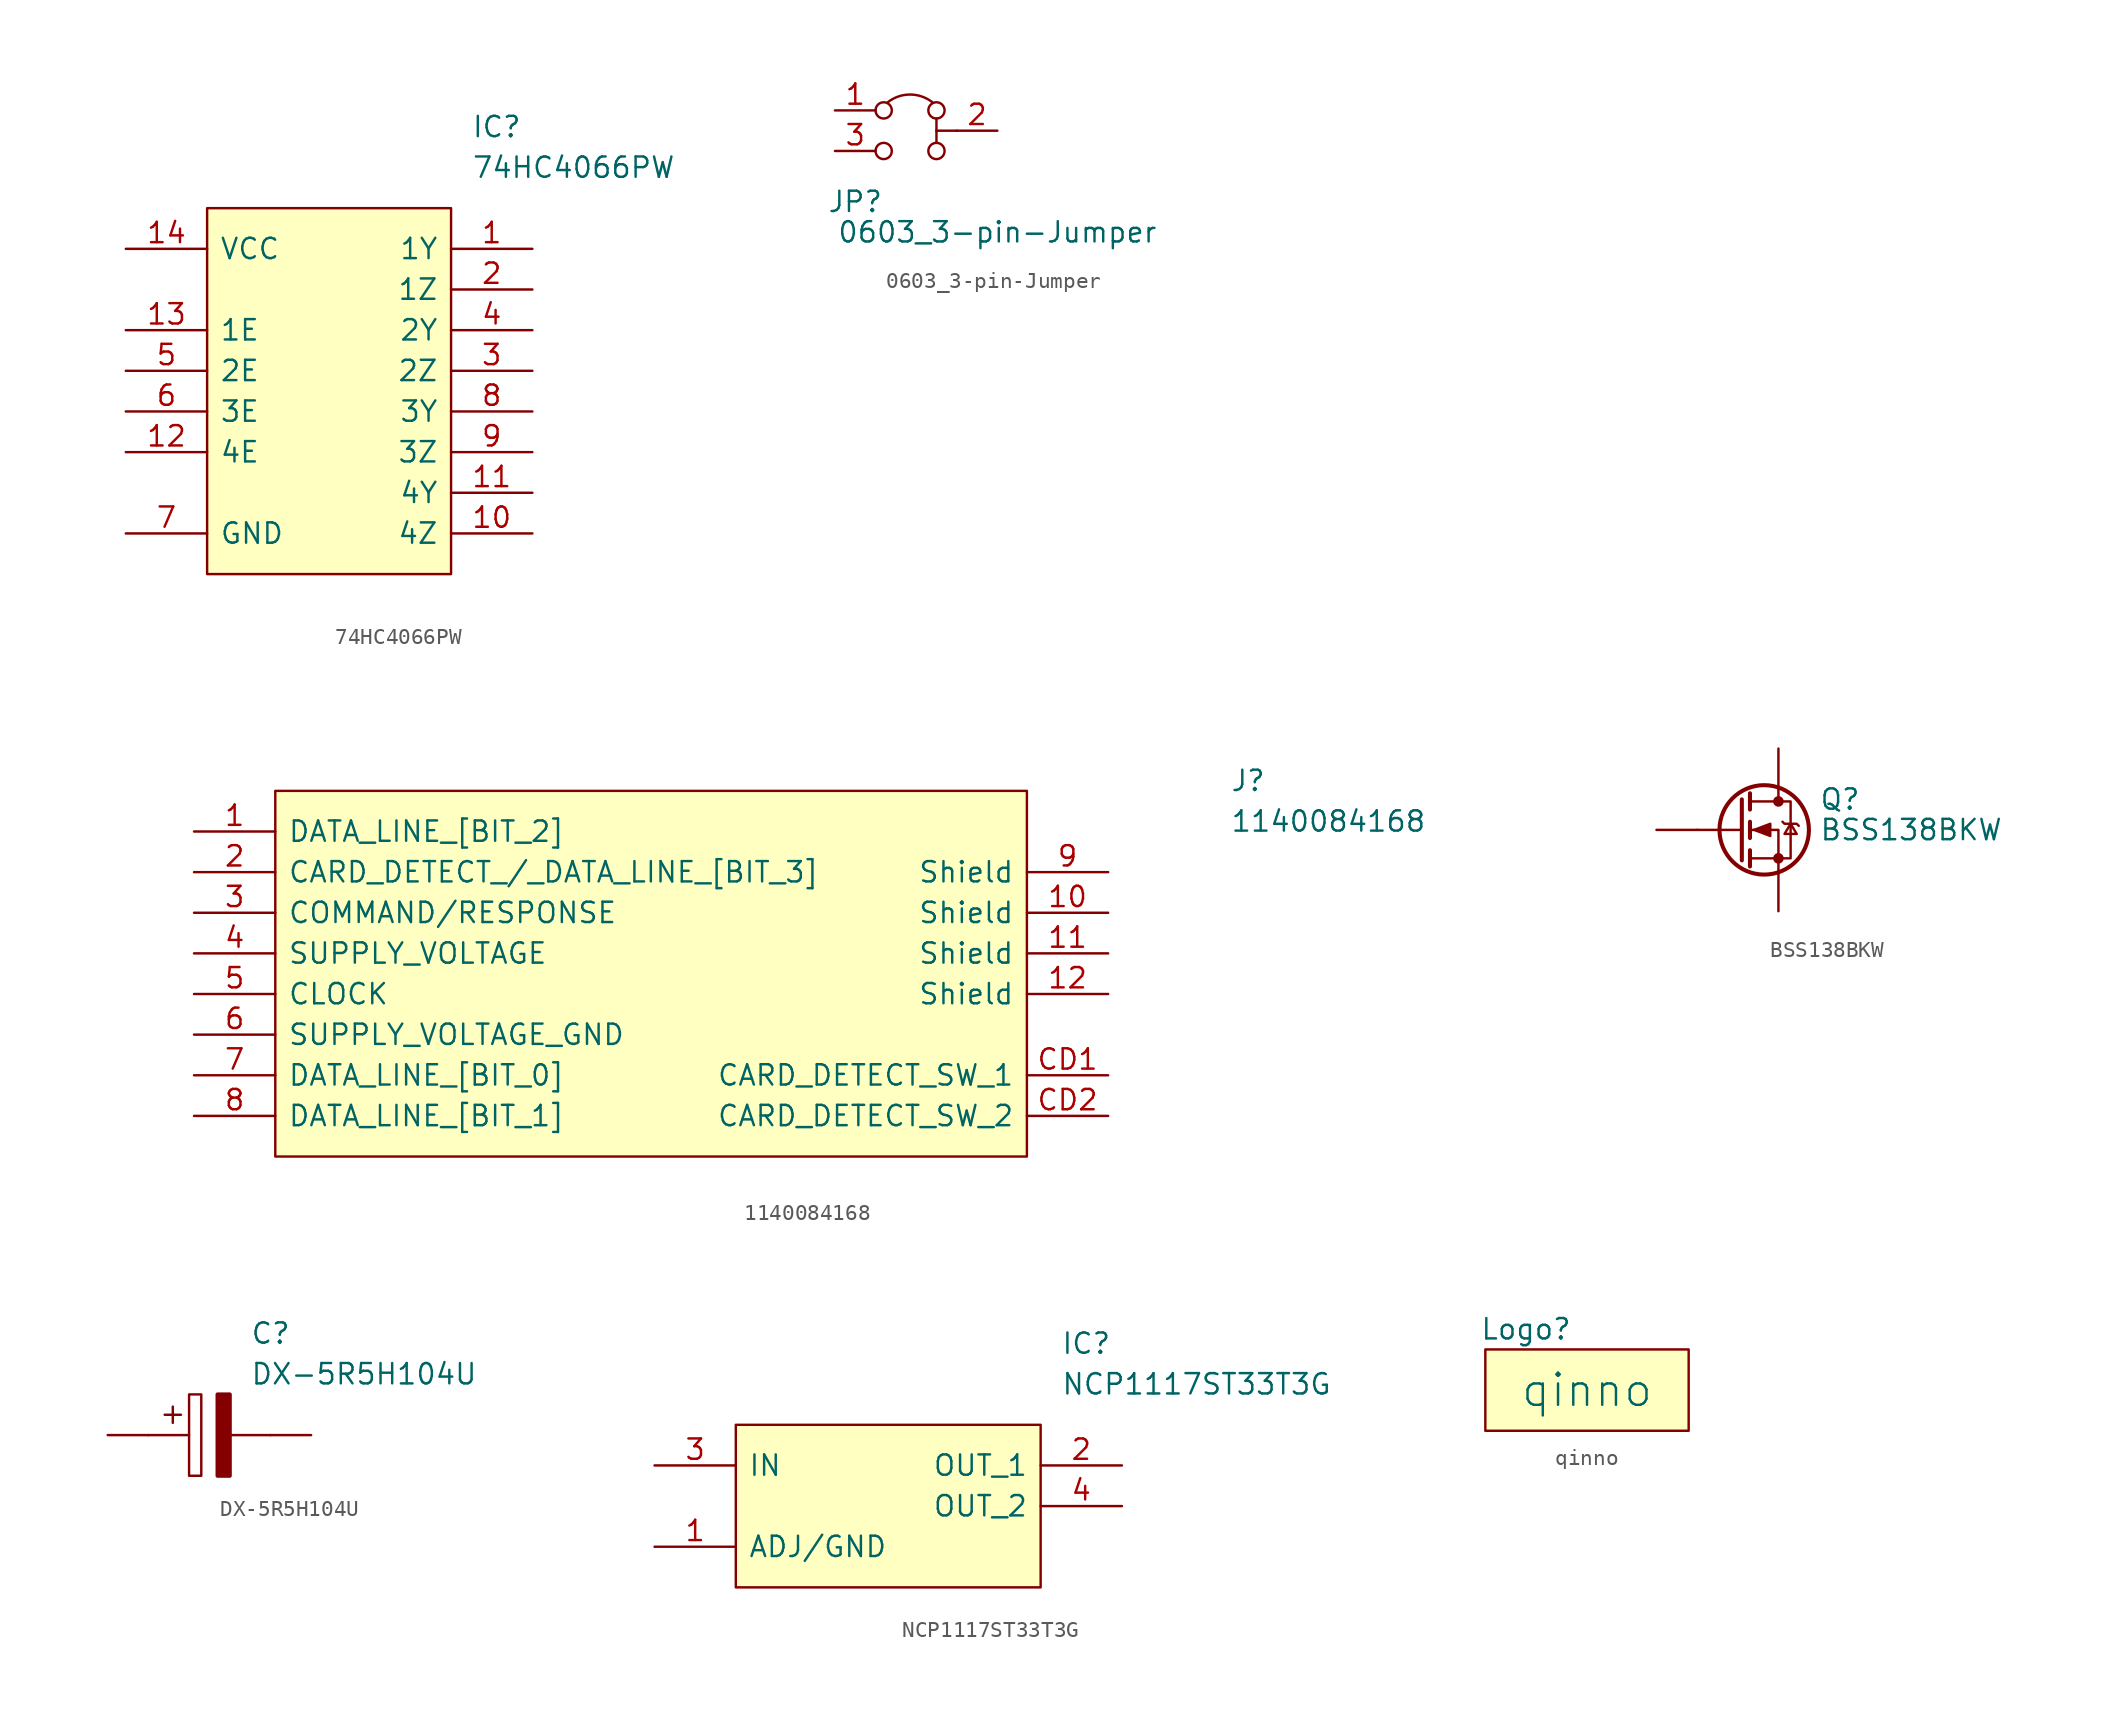
<source format=kicad_sym>
(kicad_symbol_lib
  (version 20211014)
  (generator kicad_symbol_editor)
  (symbol "74HC4066PW"
    (pin_names
      (offset 0.762))
    (property "Reference" "IC"
      (at 21.59 7.62 0)
      (effects (font (size 1.27 1.27)) (justify left)))
    (property "Value" "74HC4066PW"
      (at 21.59 5.08 0)
      (effects (font (size 1.27 1.27)) (justify left)))
    (symbol "74HC4066PW_0_0"
      (pin passive line (at 25.4 0 180) (length 5.08) (name "1Y" (effects (font (size 1.27 1.27)))) (number "1" (effects (font (size 1.27 1.27)))))
      (pin passive line (at 25.4 -17.78 180) (length 5.08) (name "4Z" (effects (font (size 1.27 1.27)))) (number "10" (effects (font (size 1.27 1.27)))))
      (pin passive line (at 25.4 -15.24 180) (length 5.08) (name "4Y" (effects (font (size 1.27 1.27)))) (number "11" (effects (font (size 1.27 1.27)))))
      (pin passive line (at 0 -12.7 0) (length 5.08) (name "4E" (effects (font (size 1.27 1.27)))) (number "12" (effects (font (size 1.27 1.27)))))
      (pin passive line (at 0 -5.08 0) (length 5.08) (name "1E" (effects (font (size 1.27 1.27)))) (number "13" (effects (font (size 1.27 1.27)))))
      (pin passive line (at 0 0 0) (length 5.08) (name "VCC" (effects (font (size 1.27 1.27)))) (number "14" (effects (font (size 1.27 1.27)))))
      (pin passive line (at 25.4 -2.54 180) (length 5.08) (name "1Z" (effects (font (size 1.27 1.27)))) (number "2" (effects (font (size 1.27 1.27)))))
      (pin passive line (at 25.4 -7.62 180) (length 5.08) (name "2Z" (effects (font (size 1.27 1.27)))) (number "3" (effects (font (size 1.27 1.27)))))
      (pin passive line (at 25.4 -5.08 180) (length 5.08) (name "2Y" (effects (font (size 1.27 1.27)))) (number "4" (effects (font (size 1.27 1.27)))))
      (pin passive line (at 0 -7.62 0) (length 5.08) (name "2E" (effects (font (size 1.27 1.27)))) (number "5" (effects (font (size 1.27 1.27)))))
      (pin passive line (at 0 -10.16 0) (length 5.08) (name "3E" (effects (font (size 1.27 1.27)))) (number "6" (effects (font (size 1.27 1.27)))))
      (pin passive line (at 0 -17.78 0) (length 5.08) (name "GND" (effects (font (size 1.27 1.27)))) (number "7" (effects (font (size 1.27 1.27)))))
      (pin passive line (at 25.4 -10.16 180) (length 5.08) (name "3Y" (effects (font (size 1.27 1.27)))) (number "8" (effects (font (size 1.27 1.27)))))
      (pin passive line (at 25.4 -12.7 180) (length 5.08) (name "3Z" (effects (font (size 1.27 1.27)))) (number "9" (effects (font (size 1.27 1.27))))))
    (symbol "74HC4066PW_0_1"
      (polyline (pts (xy 5.08 2.54) (xy 20.32 2.54) (xy 20.32 -20.32) (xy 5.08 -20.32) (xy 5.08 2.54)) (stroke (width 0.152) (type default) (color 0 0 0 0)) (fill (type background)))))
  (symbol "0603_3-pin-Jumper"
    (pin_names
      (offset 0) hide)
    (property "Reference" "JP"
      (at 1.27 -5.715 0)
      (effects (font (size 1.27 1.27))))
    (property "Value" "0603_3-pin-Jumper"
      (at 10.16 -7.62 0)
      (effects (font (size 1.27 1.27))))
    (symbol "0603_3-pin-Jumper_0_0"
      (circle (center 3.048 -2.54) (radius 0.508) (stroke (width 0) (type default) (color 0 0 0 0)) (fill (type none)))
      (circle (center 3.048 0) (radius 0.508) (stroke (width 0) (type default) (color 0 0 0 0)) (fill (type none)))
      (circle (center 6.35 -2.54) (radius 0.508) (stroke (width 0) (type default) (color 0 0 0 0)) (fill (type none)))
      (circle (center 6.35 0) (radius 0.508) (stroke (width 0) (type default) (color 0 0 0 0)) (fill (type none))))
    (symbol "0603_3-pin-Jumper_0_1"
      (polyline (pts (xy 6.35 -1.27) (xy 6.35 -2.032)) (stroke (width 0) (type default) (color 0 0 0 0)) (fill (type none)))
      (polyline (pts (xy 6.35 -1.27) (xy 6.35 -0.508)) (stroke (width 0) (type default) (color 0 0 0 0)) (fill (type none)))
      (polyline (pts (xy 6.35 -1.27) (xy 7.62 -1.27)) (stroke (width 0) (type default) (color 0 0 0 0)) (fill (type none)))
      (arc (start 6.096 0.508) (mid 4.699 0.9912) (end 3.302 0.508) (stroke (width 0) (type default) (color 0 0 0 0)) (fill (type none))))
    (symbol "0603_3-pin-Jumper_1_1"
      (pin passive line (at 0 0 0) (length 2.54) (name "A" (effects (font (size 1.27 1.27)))) (number "1" (effects (font (size 1.27 1.27)))))
      (pin passive line (at 10.16 -1.27 180) (length 2.54) (name "B" (effects (font (size 1.27 1.27)))) (number "2" (effects (font (size 1.27 1.27)))))
      (pin passive line (at 0 -2.54 0) (length 2.54) (name "C" (effects (font (size 1.27 1.27)))) (number "3" (effects (font (size 1.27 1.27)))))))
  (symbol "1140084168"
    (pin_names
      (offset 0.762))
    (property "Reference" "J"
      (at 64.77 3.175 0)
      (effects (font (size 1.27 1.27)) (justify left)))
    (property "Value" "1140084168"
      (at 64.77 0.635 0)
      (effects (font (size 1.27 1.27)) (justify left)))
    (symbol "1140084168_0_0"
      (pin passive line (at 0 0 0) (length 5.08) (name "DATA_LINE_[BIT_2]" (effects (font (size 1.27 1.27)))) (number "1" (effects (font (size 1.27 1.27)))))
      (pin passive line (at 57.15 -5.08 180) (length 5.08) (name "Shield" (effects (font (size 1.27 1.27)))) (number "10" (effects (font (size 1.27 1.27)))))
      (pin passive line (at 57.15 -7.62 180) (length 5.08) (name "Shield" (effects (font (size 1.27 1.27)))) (number "11" (effects (font (size 1.27 1.27)))))
      (pin passive line (at 57.15 -10.16 180) (length 5.08) (name "Shield" (effects (font (size 1.27 1.27)))) (number "12" (effects (font (size 1.27 1.27)))))
      (pin passive line (at 0 -2.54 0) (length 5.08) (name "CARD_DETECT_/_DATA_LINE_[BIT_3]" (effects (font (size 1.27 1.27)))) (number "2" (effects (font (size 1.27 1.27)))))
      (pin passive line (at 0 -5.08 0) (length 5.08) (name "COMMAND/RESPONSE" (effects (font (size 1.27 1.27)))) (number "3" (effects (font (size 1.27 1.27)))))
      (pin passive line (at 0 -7.62 0) (length 5.08) (name "SUPPLY_VOLTAGE" (effects (font (size 1.27 1.27)))) (number "4" (effects (font (size 1.27 1.27)))))
      (pin passive line (at 0 -10.16 0) (length 5.08) (name "CLOCK" (effects (font (size 1.27 1.27)))) (number "5" (effects (font (size 1.27 1.27)))))
      (pin passive line (at 0 -12.7 0) (length 5.08) (name "SUPPLY_VOLTAGE_GND" (effects (font (size 1.27 1.27)))) (number "6" (effects (font (size 1.27 1.27)))))
      (pin passive line (at 0 -15.24 0) (length 5.08) (name "DATA_LINE_[BIT_0]" (effects (font (size 1.27 1.27)))) (number "7" (effects (font (size 1.27 1.27)))))
      (pin passive line (at 0 -17.78 0) (length 5.08) (name "DATA_LINE_[BIT_1]" (effects (font (size 1.27 1.27)))) (number "8" (effects (font (size 1.27 1.27)))))
      (pin passive line (at 57.15 -2.54 180) (length 5.08) (name "Shield" (effects (font (size 1.27 1.27)))) (number "9" (effects (font (size 1.27 1.27)))))
      (pin passive line (at 57.15 -15.24 180) (length 5.08) (name "CARD_DETECT_SW_1" (effects (font (size 1.27 1.27)))) (number "CD1" (effects (font (size 1.27 1.27)))))
      (pin passive line (at 57.15 -17.78 180) (length 5.08) (name "CARD_DETECT_SW_2" (effects (font (size 1.27 1.27)))) (number "CD2" (effects (font (size 1.27 1.27))))))
    (symbol "1140084168_0_1"
      (polyline (pts (xy 5.08 2.54) (xy 52.07 2.54) (xy 52.07 -20.32) (xy 5.08 -20.32) (xy 5.08 2.54)) (stroke (width 0.152) (type default) (color 0 0 0 0)) (fill (type background)))))
  (symbol "BSS138BKW"
    (pin_numbers hide)
    (pin_names hide)
    (property "Reference" "Q"
      (at 2.54 1.905 0)
      (effects (font (size 1.27 1.27)) (justify left)))
    (property "Value" "BSS138BKW"
      (at 2.54 0 0)
      (effects (font (size 1.27 1.27)) (justify left)))
    (symbol "BSS138BKW_0_1"
      (circle (center -0.889 0) (radius 2.794) (stroke (width 0.254) (type default) (color 0 0 0 0)) (fill (type none)))
      (circle (center 0 -1.778) (radius 0.254) (stroke (width 0) (type default) (color 0 0 0 0)) (fill (type outline)))
      (polyline (pts (xy -2.286 0) (xy -5.08 0)) (stroke (width 0) (type default) (color 0 0 0 0)) (fill (type none)))
      (polyline (pts (xy -2.286 1.905) (xy -2.286 -1.905)) (stroke (width 0.254) (type default) (color 0 0 0 0)) (fill (type none)))
      (polyline (pts (xy -1.778 -1.27) (xy -1.778 -2.286)) (stroke (width 0.254) (type default) (color 0 0 0 0)) (fill (type none)))
      (polyline (pts (xy -1.778 0.508) (xy -1.778 -0.508)) (stroke (width 0.254) (type default) (color 0 0 0 0)) (fill (type none)))
      (polyline (pts (xy -1.778 2.286) (xy -1.778 1.27)) (stroke (width 0.254) (type default) (color 0 0 0 0)) (fill (type none)))
      (polyline (pts (xy 0 2.54) (xy 0 1.778)) (stroke (width 0) (type default) (color 0 0 0 0)) (fill (type none)))
      (polyline (pts (xy 0 -2.54) (xy 0 0) (xy -1.778 0)) (stroke (width 0) (type default) (color 0 0 0 0)) (fill (type none)))
      (polyline (pts (xy -1.778 -1.778) (xy 0.762 -1.778) (xy 0.762 1.778) (xy -1.778 1.778)) (stroke (width 0) (type default) (color 0 0 0 0)) (fill (type none)))
      (polyline (pts (xy -1.524 0) (xy -0.508 0.381) (xy -0.508 -0.381) (xy -1.524 0)) (stroke (width 0) (type default) (color 0 0 0 0)) (fill (type outline)))
      (polyline (pts (xy 0.254 0.508) (xy 0.381 0.381) (xy 1.143 0.381) (xy 1.27 0.254)) (stroke (width 0) (type default) (color 0 0 0 0)) (fill (type none)))
      (polyline (pts (xy 0.762 0.381) (xy 0.381 -0.254) (xy 1.143 -0.254) (xy 0.762 0.381)) (stroke (width 0) (type default) (color 0 0 0 0)) (fill (type none)))
      (circle (center 0 1.778) (radius 0.254) (stroke (width 0) (type default) (color 0 0 0 0)) (fill (type outline))))
    (symbol "BSS138BKW_1_1"
      (pin input line (at -7.62 0 0) (length 2.54) (name "G" (effects (font (size 1.27 1.27)))) (number "1" (effects (font (size 1.27 1.27)))))
      (pin passive line (at 0 -5.08 90) (length 2.54) (name "S" (effects (font (size 1.27 1.27)))) (number "2" (effects (font (size 1.27 1.27)))))
      (pin passive line (at 0 5.08 270) (length 2.54) (name "D" (effects (font (size 1.27 1.27)))) (number "3" (effects (font (size 1.27 1.27)))))))
  (symbol "DX-5R5H104U"
    (pin_numbers hide)
    (pin_names
      (offset 0.762) hide)
    (property "Reference" "C"
      (at 8.89 6.35 0)
      (effects (font (size 1.27 1.27)) (justify left)))
    (property "Value" "DX-5R5H104U"
      (at 8.89 3.81 0)
      (effects (font (size 1.27 1.27)) (justify left)))
    (symbol "DX-5R5H104U_0_0"
      (pin passive line (at 12.7 0 180) (length 2.54) (name "~" (effects (font (size 1.27 1.27)))) (number "1" (effects (font (size 1.27 1.27)))))
      (pin passive line (at 0 0 0) (length 2.54) (name "~" (effects (font (size 1.27 1.27)))) (number "2" (effects (font (size 1.27 1.27))))))
    (symbol "DX-5R5H104U_0_1"
      (polyline (pts (xy 2.54 0) (xy 5.08 0)) (stroke (width 0.152) (type default) (color 0 0 0 0)) (fill (type none)))
      (polyline (pts (xy 4.064 1.778) (xy 4.064 0.762)) (stroke (width 0.152) (type default) (color 0 0 0 0)) (fill (type none)))
      (polyline (pts (xy 4.572 1.27) (xy 3.556 1.27)) (stroke (width 0.152) (type default) (color 0 0 0 0)) (fill (type none)))
      (polyline (pts (xy 7.62 0) (xy 10.16 0)) (stroke (width 0.152) (type default) (color 0 0 0 0)) (fill (type none)))
      (polyline (pts (xy 5.08 2.54) (xy 5.08 -2.54) (xy 5.842 -2.54) (xy 5.842 2.54) (xy 5.08 2.54)) (stroke (width 0.152) (type default) (color 0 0 0 0)) (fill (type none)))
      (polyline (pts (xy 7.62 2.54) (xy 7.62 -2.54) (xy 6.858 -2.54) (xy 6.858 2.54) (xy 7.62 2.54)) (stroke (width 0.254) (type default) (color 0 0 0 0)) (fill (type outline)))))
  (symbol "NCP1117ST33T3G"
    (pin_names
      (offset 0.762))
    (property "Reference" "IC"
      (at 25.4 7.62 0)
      (effects (font (size 1.27 1.27)) (justify left)))
    (property "Value" "NCP1117ST33T3G"
      (at 25.4 5.08 0)
      (effects (font (size 1.27 1.27)) (justify left)))
    (symbol "NCP1117ST33T3G_0_0"
      (pin passive line (at 0 -5.08 0) (length 5.08) (name "ADJ/GND" (effects (font (size 1.27 1.27)))) (number "1" (effects (font (size 1.27 1.27)))))
      (pin passive line (at 29.21 0 180) (length 5.08) (name "OUT_1" (effects (font (size 1.27 1.27)))) (number "2" (effects (font (size 1.27 1.27)))))
      (pin passive line (at 0 0 0) (length 5.08) (name "IN" (effects (font (size 1.27 1.27)))) (number "3" (effects (font (size 1.27 1.27)))))
      (pin passive line (at 29.21 -2.54 180) (length 5.08) (name "OUT_2" (effects (font (size 1.27 1.27)))) (number "4" (effects (font (size 1.27 1.27))))))
    (symbol "NCP1117ST33T3G_0_1"
      (polyline (pts (xy 5.08 2.54) (xy 24.13 2.54) (xy 24.13 -7.62) (xy 5.08 -7.62) (xy 5.08 2.54)) (stroke (width 0.152) (type default) (color 0 0 0 0)) (fill (type background)))))
  (symbol "qinno"
    (pin_numbers hide)
    (pin_names
      (offset 0) hide)
    (property "Reference" "Logo"
      (at -3.81 3.81 0)
      (effects (font (size 1.27 1.27))))
    (property "Value" "qinno"
      (at 0 0 0)
      (effects (font (size 2 2))))
    (symbol "qinno_0_1"
      (rectangle (start -6.35 2.54) (end 6.35 -2.54) (stroke (width 0) (type default) (color 0 0 0 0)) (fill (type background))))))
</source>
